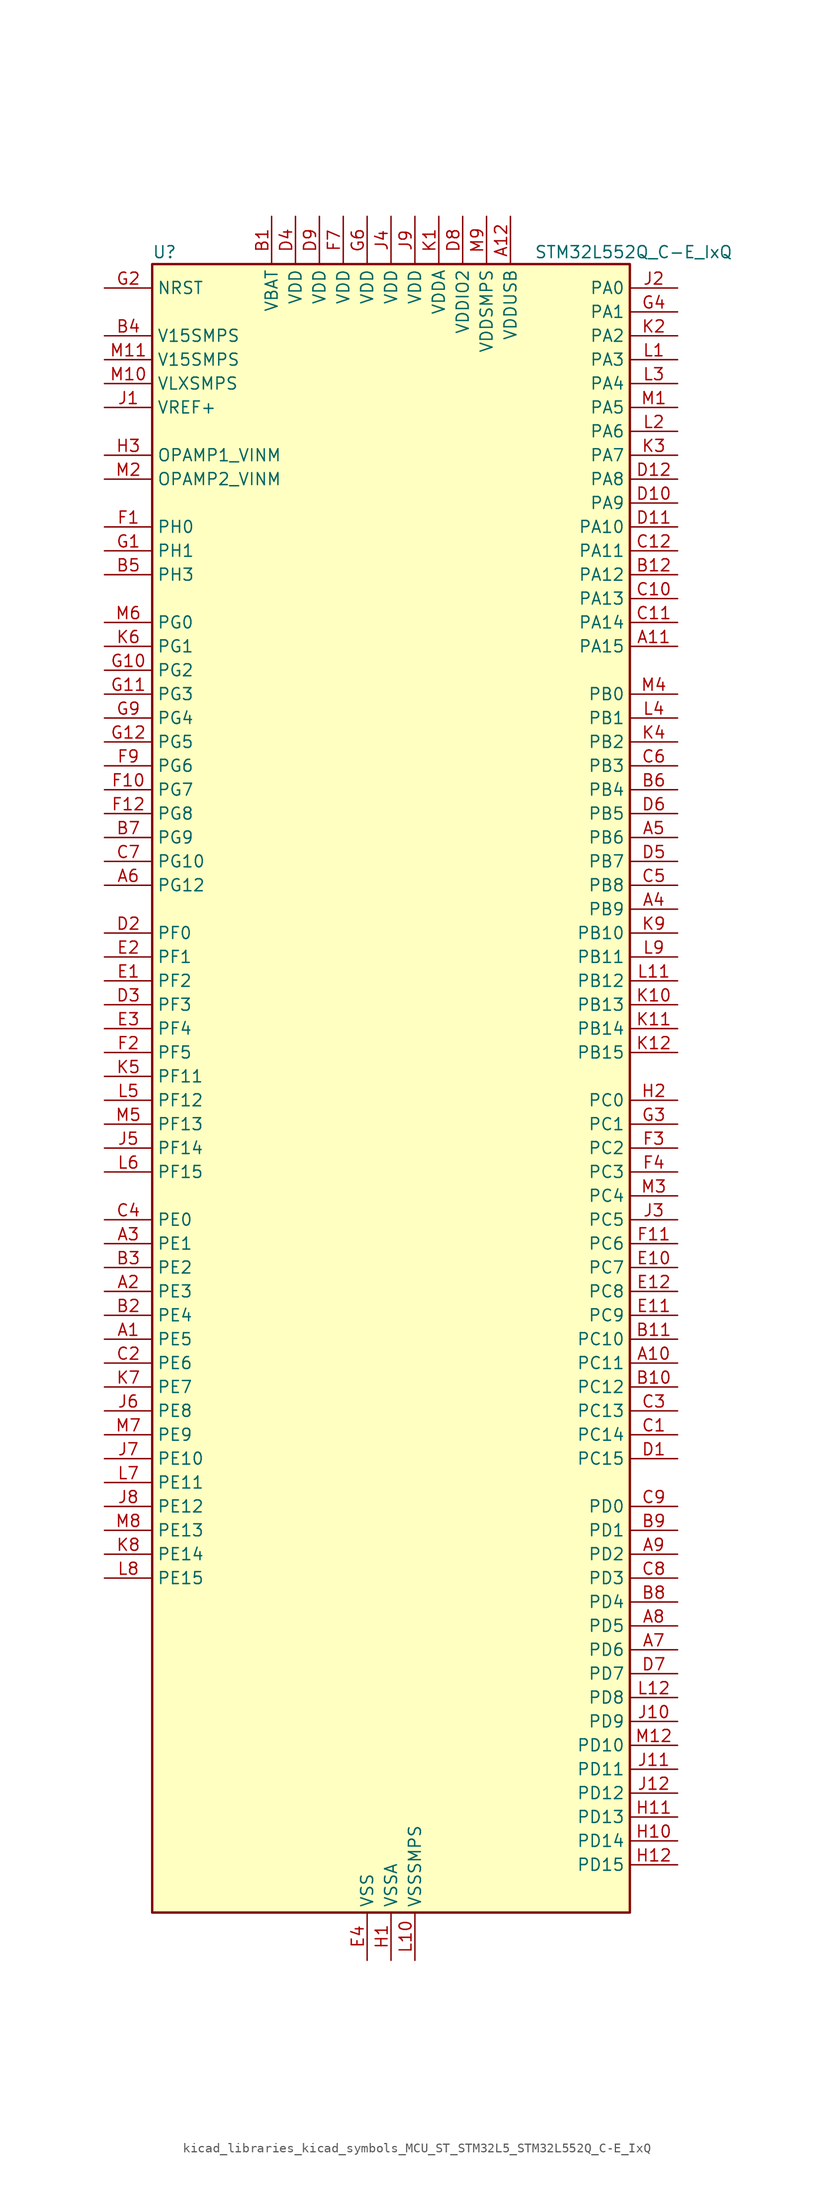
<source format=kicad_sym>
(kicad_symbol_lib
  (version 20220914)
  (generator kicad_symbol_editor)
  (symbol "kicad_libraries_kicad_symbols_MCU_ST_STM32L5_STM32L552Q_C-E_IxQ"
    (property "Reference" "U"
      (at -25.4 90.17 0)
      (effects (font (size 1.27 1.27)) (justify left)))
    (property "Value" "STM32L552Q_C-E_IxQ"
      (at 15.24 90.17 0)
      (effects (font (size 1.27 1.27)) (justify left)))
    (property "ki_locked" ""
      (at 0 0 0)
      (effects (font (size 1.27 1.27))))
    (symbol "kicad_libraries_kicad_symbols_MCU_ST_STM32L5_STM32L552Q_C-E_IxQ_0_1"
      (rectangle (start -25.4 -86.36) (end 25.4 88.9) (stroke (width 0.254) (type default)) (fill (type background))))
    (symbol "kicad_libraries_kicad_symbols_MCU_ST_STM32L5_STM32L552Q_C-E_IxQ_1_1"
      (pin bidirectional line (at -30.48 -25.4 0) (length 5.08) (name "PE5" (effects (font (size 1.27 1.27)))) (number "A1" (effects (font (size 1.27 1.27)))) (alternate "DEBUG_TRACED2" bidirectional line) (alternate "DFSDM1_CKIN3" bidirectional line) (alternate "FMC_A21" bidirectional line) (alternate "SAI1_CK2" bidirectional line) (alternate "SAI1_SCK_A" bidirectional line) (alternate "TIM3_CH3" bidirectional line) (alternate "TSC_G7_IO4" bidirectional line))
      (pin bidirectional line (at 30.48 -27.94 180) (length 5.08) (name "PC11" (effects (font (size 1.27 1.27)))) (number "A10" (effects (font (size 1.27 1.27)))) (alternate "ADC1_EXTI11" bidirectional line) (alternate "ADC2_EXTI11" bidirectional line) (alternate "LPTIM3_IN1" bidirectional line) (alternate "OCTOSPI1_NCS" bidirectional line) (alternate "SAI2_MCLK_B" bidirectional line) (alternate "SDMMC1_D3" bidirectional line) (alternate "SPI3_MISO" bidirectional line) (alternate "TSC_G3_IO3" bidirectional line) (alternate "UART4_RX" bidirectional line) (alternate "UCPD1_FRSTX2" bidirectional line) (alternate "USART3_RX" bidirectional line))
      (pin bidirectional line (at 30.48 48.26 180) (length 5.08) (name "PA15" (effects (font (size 1.27 1.27)))) (number "A11" (effects (font (size 1.27 1.27)))) (alternate "ADC1_EXTI15" bidirectional line) (alternate "ADC2_EXTI15" bidirectional line) (alternate "DEBUG_JTDI" bidirectional line) (alternate "SAI2_FS_B" bidirectional line) (alternate "SPI1_NSS" bidirectional line) (alternate "SPI3_NSS" bidirectional line) (alternate "TIM2_CH1" bidirectional line) (alternate "TIM2_ETR" bidirectional line) (alternate "UART4_DE" bidirectional line) (alternate "UART4_RTS" bidirectional line) (alternate "UCPD1_CC1" bidirectional line) (alternate "USART2_RX" bidirectional line) (alternate "USART3_DE" bidirectional line) (alternate "USART3_RTS" bidirectional line))
      (pin power_in line (at 12.7 93.98 270) (length 5.08) (name "VDDUSB" (effects (font (size 1.27 1.27)))) (number "A12" (effects (font (size 1.27 1.27)))))
      (pin bidirectional line (at -30.48 -20.32 0) (length 5.08) (name "PE3" (effects (font (size 1.27 1.27)))) (number "A2" (effects (font (size 1.27 1.27)))) (alternate "DEBUG_TRACED0" bidirectional line) (alternate "FMC_A19" bidirectional line) (alternate "OCTOSPI1_DQS" bidirectional line) (alternate "SAI1_SD_B" bidirectional line) (alternate "TIM3_CH1" bidirectional line) (alternate "TSC_G7_IO2" bidirectional line))
      (pin bidirectional line (at -30.48 -15.24 0) (length 5.08) (name "PE1" (effects (font (size 1.27 1.27)))) (number "A3" (effects (font (size 1.27 1.27)))) (alternate "FMC_NBL1" bidirectional line) (alternate "TIM17_CH1" bidirectional line))
      (pin bidirectional line (at 30.48 20.32 180) (length 5.08) (name "PB9" (effects (font (size 1.27 1.27)))) (number "A4" (effects (font (size 1.27 1.27)))) (alternate "DAC1_EXTI9" bidirectional line) (alternate "FDCAN1_TX" bidirectional line) (alternate "I2C1_SDA" bidirectional line) (alternate "IR_OUT" bidirectional line) (alternate "SAI1_D2" bidirectional line) (alternate "SAI1_FS_A" bidirectional line) (alternate "SDMMC1_CDIR" bidirectional line) (alternate "SDMMC1_D5" bidirectional line) (alternate "SPI2_NSS" bidirectional line) (alternate "TIM17_CH1" bidirectional line) (alternate "TIM4_CH4" bidirectional line))
      (pin bidirectional line (at 30.48 27.94 180) (length 5.08) (name "PB6" (effects (font (size 1.27 1.27)))) (number "A5" (effects (font (size 1.27 1.27)))) (alternate "COMP2_INP" bidirectional line) (alternate "I2C1_SCL" bidirectional line) (alternate "I2C4_SCL" bidirectional line) (alternate "LPTIM1_ETR" bidirectional line) (alternate "SAI1_FS_B" bidirectional line) (alternate "TIM16_CH1N" bidirectional line) (alternate "TIM4_CH1" bidirectional line) (alternate "TIM8_BKIN2" bidirectional line) (alternate "TSC_G2_IO3" bidirectional line) (alternate "USART1_TX" bidirectional line))
      (pin bidirectional line (at -30.48 22.86 0) (length 5.08) (name "PG12" (effects (font (size 1.27 1.27)))) (number "A6" (effects (font (size 1.27 1.27)))) (alternate "FMC_NE4" bidirectional line) (alternate "LPTIM1_ETR" bidirectional line) (alternate "SAI2_SD_A" bidirectional line) (alternate "SPI3_NSS" bidirectional line) (alternate "USART1_DE" bidirectional line) (alternate "USART1_RTS" bidirectional line))
      (pin bidirectional line (at 30.48 -58.42 180) (length 5.08) (name "PD6" (effects (font (size 1.27 1.27)))) (number "A7" (effects (font (size 1.27 1.27)))) (alternate "DFSDM1_DATIN1" bidirectional line) (alternate "FMC_NWAIT" bidirectional line) (alternate "OCTOSPI1_IO6" bidirectional line) (alternate "SAI1_D1" bidirectional line) (alternate "SAI1_SD_A" bidirectional line) (alternate "SPI3_MOSI" bidirectional line) (alternate "USART2_RX" bidirectional line))
      (pin bidirectional line (at 30.48 -55.88 180) (length 5.08) (name "PD5" (effects (font (size 1.27 1.27)))) (number "A8" (effects (font (size 1.27 1.27)))) (alternate "FMC_NWE" bidirectional line) (alternate "OCTOSPI1_IO5" bidirectional line) (alternate "USART2_TX" bidirectional line))
      (pin bidirectional line (at 30.48 -48.26 180) (length 5.08) (name "PD2" (effects (font (size 1.27 1.27)))) (number "A9" (effects (font (size 1.27 1.27)))) (alternate "DEBUG_TRACED2" bidirectional line) (alternate "SDMMC1_CMD" bidirectional line) (alternate "TIM3_ETR" bidirectional line) (alternate "TSC_SYNC" bidirectional line) (alternate "UART5_RX" bidirectional line) (alternate "USART3_DE" bidirectional line) (alternate "USART3_RTS" bidirectional line))
      (pin power_in line (at -12.7 93.98 270) (length 5.08) (name "VBAT" (effects (font (size 1.27 1.27)))) (number "B1" (effects (font (size 1.27 1.27)))))
      (pin bidirectional line (at 30.48 -30.48 180) (length 5.08) (name "PC12" (effects (font (size 1.27 1.27)))) (number "B10" (effects (font (size 1.27 1.27)))) (alternate "DEBUG_TRACED3" bidirectional line) (alternate "SAI2_SD_B" bidirectional line) (alternate "SDMMC1_CK" bidirectional line) (alternate "SPI3_MOSI" bidirectional line) (alternate "TSC_G3_IO4" bidirectional line) (alternate "UART5_TX" bidirectional line) (alternate "USART3_CK" bidirectional line))
      (pin bidirectional line (at 30.48 -25.4 180) (length 5.08) (name "PC10" (effects (font (size 1.27 1.27)))) (number "B11" (effects (font (size 1.27 1.27)))) (alternate "DEBUG_TRACED1" bidirectional line) (alternate "LPTIM3_ETR" bidirectional line) (alternate "SAI2_SCK_B" bidirectional line) (alternate "SDMMC1_D2" bidirectional line) (alternate "SPI3_SCK" bidirectional line) (alternate "TSC_G3_IO2" bidirectional line) (alternate "UART4_TX" bidirectional line) (alternate "USART3_TX" bidirectional line))
      (pin bidirectional line (at 30.48 55.88 180) (length 5.08) (name "PA12" (effects (font (size 1.27 1.27)))) (number "B12" (effects (font (size 1.27 1.27)))) (alternate "FDCAN1_TX" bidirectional line) (alternate "SPI1_MOSI" bidirectional line) (alternate "TIM1_ETR" bidirectional line) (alternate "USART1_DE" bidirectional line) (alternate "USART1_RTS" bidirectional line) (alternate "USB_DP" bidirectional line))
      (pin bidirectional line (at -30.48 -22.86 0) (length 5.08) (name "PE4" (effects (font (size 1.27 1.27)))) (number "B2" (effects (font (size 1.27 1.27)))) (alternate "DEBUG_TRACED1" bidirectional line) (alternate "DFSDM1_DATIN3" bidirectional line) (alternate "FMC_A20" bidirectional line) (alternate "SAI1_D2" bidirectional line) (alternate "SAI1_FS_A" bidirectional line) (alternate "TIM3_CH2" bidirectional line) (alternate "TSC_G7_IO3" bidirectional line))
      (pin bidirectional line (at -30.48 -17.78 0) (length 5.08) (name "PE2" (effects (font (size 1.27 1.27)))) (number "B3" (effects (font (size 1.27 1.27)))) (alternate "DEBUG_TRACECLK" bidirectional line) (alternate "FMC_A23" bidirectional line) (alternate "SAI1_CK1" bidirectional line) (alternate "SAI1_MCLK_A" bidirectional line) (alternate "TIM3_ETR" bidirectional line) (alternate "TSC_G7_IO1" bidirectional line))
      (pin power_in line (at -30.48 81.28 0) (length 5.08) (name "V15SMPS" (effects (font (size 1.27 1.27)))) (number "B4" (effects (font (size 1.27 1.27)))))
      (pin bidirectional line (at -30.48 55.88 0) (length 5.08) (name "PH3" (effects (font (size 1.27 1.27)))) (number "B5" (effects (font (size 1.27 1.27)))))
      (pin bidirectional line (at 30.48 33.02 180) (length 5.08) (name "PB4" (effects (font (size 1.27 1.27)))) (number "B6" (effects (font (size 1.27 1.27)))) (alternate "COMP2_INP" bidirectional line) (alternate "DEBUG_JTRST" bidirectional line) (alternate "I2C3_SDA" bidirectional line) (alternate "SAI1_MCLK_B" bidirectional line) (alternate "SPI1_MISO" bidirectional line) (alternate "SPI3_MISO" bidirectional line) (alternate "TIM17_BKIN" bidirectional line) (alternate "TIM3_CH1" bidirectional line) (alternate "TSC_G2_IO1" bidirectional line) (alternate "UART5_DE" bidirectional line) (alternate "UART5_RTS" bidirectional line) (alternate "USART1_CTS" bidirectional line) (alternate "USART1_NSS" bidirectional line))
      (pin bidirectional line (at -30.48 27.94 0) (length 5.08) (name "PG9" (effects (font (size 1.27 1.27)))) (number "B7" (effects (font (size 1.27 1.27)))) (alternate "DAC1_EXTI9" bidirectional line) (alternate "FMC_NCE" bidirectional line) (alternate "FMC_NE2" bidirectional line) (alternate "SAI2_SCK_A" bidirectional line) (alternate "SPI3_SCK" bidirectional line) (alternate "TIM15_CH1N" bidirectional line) (alternate "USART1_TX" bidirectional line))
      (pin bidirectional line (at 30.48 -53.34 180) (length 5.08) (name "PD4" (effects (font (size 1.27 1.27)))) (number "B8" (effects (font (size 1.27 1.27)))) (alternate "DFSDM1_CKIN0" bidirectional line) (alternate "FMC_NOE" bidirectional line) (alternate "OCTOSPI1_IO4" bidirectional line) (alternate "SPI2_MOSI" bidirectional line) (alternate "USART2_DE" bidirectional line) (alternate "USART2_RTS" bidirectional line))
      (pin bidirectional line (at 30.48 -45.72 180) (length 5.08) (name "PD1" (effects (font (size 1.27 1.27)))) (number "B9" (effects (font (size 1.27 1.27)))) (alternate "FDCAN1_TX" bidirectional line) (alternate "FMC_D3" bidirectional line) (alternate "FMC_DA3" bidirectional line) (alternate "SPI2_SCK" bidirectional line))
      (pin bidirectional line (at 30.48 -35.56 180) (length 5.08) (name "PC14" (effects (font (size 1.27 1.27)))) (number "C1" (effects (font (size 1.27 1.27)))) (alternate "RCC_OSC32_IN" bidirectional line))
      (pin bidirectional line (at 30.48 53.34 180) (length 5.08) (name "PA13" (effects (font (size 1.27 1.27)))) (number "C10" (effects (font (size 1.27 1.27)))) (alternate "DEBUG_JTMS-SWDIO" bidirectional line) (alternate "IR_OUT" bidirectional line) (alternate "SAI1_SD_B" bidirectional line) (alternate "USB_NOE" bidirectional line))
      (pin bidirectional line (at 30.48 50.8 180) (length 5.08) (name "PA14" (effects (font (size 1.27 1.27)))) (number "C11" (effects (font (size 1.27 1.27)))) (alternate "DEBUG_JTCK-SWCLK" bidirectional line) (alternate "I2C1_SMBA" bidirectional line) (alternate "I2C4_SMBA" bidirectional line) (alternate "LPTIM1_OUT" bidirectional line) (alternate "SAI1_FS_B" bidirectional line))
      (pin bidirectional line (at 30.48 58.42 180) (length 5.08) (name "PA11" (effects (font (size 1.27 1.27)))) (number "C12" (effects (font (size 1.27 1.27)))) (alternate "ADC1_EXTI11" bidirectional line) (alternate "ADC2_EXTI11" bidirectional line) (alternate "FDCAN1_RX" bidirectional line) (alternate "SPI1_MISO" bidirectional line) (alternate "TIM1_BKIN2" bidirectional line) (alternate "TIM1_CH4" bidirectional line) (alternate "USART1_CTS" bidirectional line) (alternate "USART1_NSS" bidirectional line) (alternate "USB_DM" bidirectional line))
      (pin bidirectional line (at -30.48 -27.94 0) (length 5.08) (name "PE6" (effects (font (size 1.27 1.27)))) (number "C2" (effects (font (size 1.27 1.27)))) (alternate "DEBUG_TRACED3" bidirectional line) (alternate "FMC_A22" bidirectional line) (alternate "PWR_WKUP3" bidirectional line) (alternate "SAI1_D1" bidirectional line) (alternate "SAI1_SD_A" bidirectional line) (alternate "TAMP_IN3" bidirectional line) (alternate "TAMP_OUT6" bidirectional line) (alternate "TIM3_CH4" bidirectional line))
      (pin bidirectional line (at 30.48 -33.02 180) (length 5.08) (name "PC13" (effects (font (size 1.27 1.27)))) (number "C3" (effects (font (size 1.27 1.27)))) (alternate "PWR_WKUP2" bidirectional line) (alternate "RTC_OUT1" bidirectional line) (alternate "RTC_TS" bidirectional line) (alternate "TAMP_IN1" bidirectional line) (alternate "TAMP_OUT2" bidirectional line))
      (pin bidirectional line (at -30.48 -12.7 0) (length 5.08) (name "PE0" (effects (font (size 1.27 1.27)))) (number "C4" (effects (font (size 1.27 1.27)))) (alternate "FMC_NBL0" bidirectional line) (alternate "TIM16_CH1" bidirectional line) (alternate "TIM4_ETR" bidirectional line))
      (pin bidirectional line (at 30.48 22.86 180) (length 5.08) (name "PB8" (effects (font (size 1.27 1.27)))) (number "C5" (effects (font (size 1.27 1.27)))) (alternate "DFSDM1_CKOUT" bidirectional line) (alternate "FDCAN1_RX" bidirectional line) (alternate "I2C1_SCL" bidirectional line) (alternate "SAI1_CK1" bidirectional line) (alternate "SAI1_MCLK_A" bidirectional line) (alternate "SDMMC1_CKIN" bidirectional line) (alternate "SDMMC1_D4" bidirectional line) (alternate "TIM16_CH1" bidirectional line) (alternate "TIM4_CH3" bidirectional line))
      (pin bidirectional line (at 30.48 35.56 180) (length 5.08) (name "PB3" (effects (font (size 1.27 1.27)))) (number "C6" (effects (font (size 1.27 1.27)))) (alternate "COMP2_INM" bidirectional line) (alternate "CRS_SYNC" bidirectional line) (alternate "DEBUG_JTDO-SWO" bidirectional line) (alternate "SAI1_SCK_B" bidirectional line) (alternate "SPI1_SCK" bidirectional line) (alternate "SPI3_SCK" bidirectional line) (alternate "TIM2_CH2" bidirectional line) (alternate "USART1_DE" bidirectional line) (alternate "USART1_RTS" bidirectional line))
      (pin bidirectional line (at -30.48 25.4 0) (length 5.08) (name "PG10" (effects (font (size 1.27 1.27)))) (number "C7" (effects (font (size 1.27 1.27)))) (alternate "FMC_NE3" bidirectional line) (alternate "LPTIM1_IN1" bidirectional line) (alternate "SAI2_FS_A" bidirectional line) (alternate "SPI3_MISO" bidirectional line) (alternate "TIM15_CH1" bidirectional line) (alternate "USART1_RX" bidirectional line))
      (pin bidirectional line (at 30.48 -50.8 180) (length 5.08) (name "PD3" (effects (font (size 1.27 1.27)))) (number "C8" (effects (font (size 1.27 1.27)))) (alternate "DFSDM1_DATIN0" bidirectional line) (alternate "FMC_CLK" bidirectional line) (alternate "SPI2_MISO" bidirectional line) (alternate "SPI2_SCK" bidirectional line) (alternate "USART2_CTS" bidirectional line) (alternate "USART2_NSS" bidirectional line))
      (pin bidirectional line (at 30.48 -43.18 180) (length 5.08) (name "PD0" (effects (font (size 1.27 1.27)))) (number "C9" (effects (font (size 1.27 1.27)))) (alternate "FDCAN1_RX" bidirectional line) (alternate "FMC_D2" bidirectional line) (alternate "FMC_DA2" bidirectional line) (alternate "SPI2_NSS" bidirectional line))
      (pin bidirectional line (at 30.48 -38.1 180) (length 5.08) (name "PC15" (effects (font (size 1.27 1.27)))) (number "D1" (effects (font (size 1.27 1.27)))) (alternate "ADC1_EXTI15" bidirectional line) (alternate "ADC2_EXTI15" bidirectional line) (alternate "RCC_OSC32_OUT" bidirectional line))
      (pin bidirectional line (at 30.48 63.5 180) (length 5.08) (name "PA9" (effects (font (size 1.27 1.27)))) (number "D10" (effects (font (size 1.27 1.27)))) (alternate "DAC1_EXTI9" bidirectional line) (alternate "SAI1_FS_A" bidirectional line) (alternate "SPI2_SCK" bidirectional line) (alternate "TIM15_BKIN" bidirectional line) (alternate "TIM1_CH2" bidirectional line) (alternate "USART1_TX" bidirectional line))
      (pin bidirectional line (at 30.48 60.96 180) (length 5.08) (name "PA10" (effects (font (size 1.27 1.27)))) (number "D11" (effects (font (size 1.27 1.27)))) (alternate "CRS_SYNC" bidirectional line) (alternate "SAI1_D1" bidirectional line) (alternate "SAI1_SD_A" bidirectional line) (alternate "TIM17_BKIN" bidirectional line) (alternate "TIM1_CH3" bidirectional line) (alternate "USART1_RX" bidirectional line))
      (pin bidirectional line (at 30.48 66.04 180) (length 5.08) (name "PA8" (effects (font (size 1.27 1.27)))) (number "D12" (effects (font (size 1.27 1.27)))) (alternate "LPTIM2_OUT" bidirectional line) (alternate "RCC_MCO" bidirectional line) (alternate "SAI1_CK2" bidirectional line) (alternate "SAI1_SCK_A" bidirectional line) (alternate "TIM1_CH1" bidirectional line) (alternate "USART1_CK" bidirectional line))
      (pin bidirectional line (at -30.48 17.78 0) (length 5.08) (name "PF0" (effects (font (size 1.27 1.27)))) (number "D2" (effects (font (size 1.27 1.27)))) (alternate "FMC_A0" bidirectional line) (alternate "I2C2_SDA" bidirectional line))
      (pin bidirectional line (at -30.48 10.16 0) (length 5.08) (name "PF3" (effects (font (size 1.27 1.27)))) (number "D3" (effects (font (size 1.27 1.27)))) (alternate "FMC_A3" bidirectional line) (alternate "LPTIM3_IN1" bidirectional line))
      (pin power_in line (at -10.16 93.98 270) (length 5.08) (name "VDD" (effects (font (size 1.27 1.27)))) (number "D4" (effects (font (size 1.27 1.27)))))
      (pin bidirectional line (at 30.48 25.4 180) (length 5.08) (name "PB7" (effects (font (size 1.27 1.27)))) (number "D5" (effects (font (size 1.27 1.27)))) (alternate "COMP2_INM" bidirectional line) (alternate "FMC_NL" bidirectional line) (alternate "I2C1_SDA" bidirectional line) (alternate "I2C4_SDA" bidirectional line) (alternate "LPTIM1_IN2" bidirectional line) (alternate "PWR_PVD_IN" bidirectional line) (alternate "TIM17_CH1N" bidirectional line) (alternate "TIM4_CH2" bidirectional line) (alternate "TIM8_BKIN" bidirectional line) (alternate "TSC_G2_IO4" bidirectional line) (alternate "UART4_CTS" bidirectional line) (alternate "USART1_RX" bidirectional line))
      (pin bidirectional line (at 30.48 30.48 180) (length 5.08) (name "PB5" (effects (font (size 1.27 1.27)))) (number "D6" (effects (font (size 1.27 1.27)))) (alternate "COMP2_OUT" bidirectional line) (alternate "I2C1_SMBA" bidirectional line) (alternate "LPTIM1_IN1" bidirectional line) (alternate "OCTOSPI1_NCLK" bidirectional line) (alternate "SAI1_SD_B" bidirectional line) (alternate "SPI1_MOSI" bidirectional line) (alternate "SPI3_MOSI" bidirectional line) (alternate "TIM16_BKIN" bidirectional line) (alternate "TIM3_CH2" bidirectional line) (alternate "TSC_G2_IO2" bidirectional line) (alternate "UART5_CTS" bidirectional line) (alternate "UCPD1_DBCC1" bidirectional line) (alternate "USART1_CK" bidirectional line))
      (pin bidirectional line (at 30.48 -60.96 180) (length 5.08) (name "PD7" (effects (font (size 1.27 1.27)))) (number "D7" (effects (font (size 1.27 1.27)))) (alternate "DFSDM1_CKIN1" bidirectional line) (alternate "FMC_NCE" bidirectional line) (alternate "FMC_NE1" bidirectional line) (alternate "OCTOSPI1_IO7" bidirectional line) (alternate "USART2_CK" bidirectional line))
      (pin power_in line (at 7.62 93.98 270) (length 5.08) (name "VDDIO2" (effects (font (size 1.27 1.27)))) (number "D8" (effects (font (size 1.27 1.27)))))
      (pin power_in line (at -7.62 93.98 270) (length 5.08) (name "VDD" (effects (font (size 1.27 1.27)))) (number "D9" (effects (font (size 1.27 1.27)))))
      (pin bidirectional line (at -30.48 12.7 0) (length 5.08) (name "PF2" (effects (font (size 1.27 1.27)))) (number "E1" (effects (font (size 1.27 1.27)))) (alternate "FMC_A2" bidirectional line) (alternate "I2C2_SMBA" bidirectional line))
      (pin bidirectional line (at 30.48 -17.78 180) (length 5.08) (name "PC7" (effects (font (size 1.27 1.27)))) (number "E10" (effects (font (size 1.27 1.27)))) (alternate "DFSDM1_DATIN3" bidirectional line) (alternate "SAI2_MCLK_B" bidirectional line) (alternate "SDMMC1_D123DIR" bidirectional line) (alternate "SDMMC1_D7" bidirectional line) (alternate "TIM3_CH2" bidirectional line) (alternate "TIM8_CH2" bidirectional line) (alternate "TSC_G4_IO2" bidirectional line))
      (pin bidirectional line (at 30.48 -22.86 180) (length 5.08) (name "PC9" (effects (font (size 1.27 1.27)))) (number "E11" (effects (font (size 1.27 1.27)))) (alternate "DAC1_EXTI9" bidirectional line) (alternate "DEBUG_TRACED0" bidirectional line) (alternate "SAI2_EXTCLK" bidirectional line) (alternate "SDMMC1_D1" bidirectional line) (alternate "TIM3_CH4" bidirectional line) (alternate "TIM8_BKIN2" bidirectional line) (alternate "TIM8_CH4" bidirectional line) (alternate "TSC_G4_IO4" bidirectional line) (alternate "USB_NOE" bidirectional line))
      (pin bidirectional line (at 30.48 -20.32 180) (length 5.08) (name "PC8" (effects (font (size 1.27 1.27)))) (number "E12" (effects (font (size 1.27 1.27)))) (alternate "SDMMC1_D0" bidirectional line) (alternate "TIM3_CH3" bidirectional line) (alternate "TIM8_CH3" bidirectional line) (alternate "TSC_G4_IO3" bidirectional line))
      (pin bidirectional line (at -30.48 15.24 0) (length 5.08) (name "PF1" (effects (font (size 1.27 1.27)))) (number "E2" (effects (font (size 1.27 1.27)))) (alternate "FMC_A1" bidirectional line) (alternate "I2C2_SCL" bidirectional line))
      (pin bidirectional line (at -30.48 7.62 0) (length 5.08) (name "PF4" (effects (font (size 1.27 1.27)))) (number "E3" (effects (font (size 1.27 1.27)))) (alternate "FMC_A4" bidirectional line) (alternate "LPTIM3_ETR" bidirectional line))
      (pin power_in line (at -2.54 -91.44 90) (length 5.08) (name "VSS" (effects (font (size 1.27 1.27)))) (number "E4" (effects (font (size 1.27 1.27)))))
      (pin passive line (at -2.54 -91.44 90) (length 5.08) hide (name "VSS" (effects (font (size 1.27 1.27)))) (number "E9" (effects (font (size 1.27 1.27)))))
      (pin bidirectional line (at -30.48 60.96 0) (length 5.08) (name "PH0" (effects (font (size 1.27 1.27)))) (number "F1" (effects (font (size 1.27 1.27)))) (alternate "RCC_OSC_IN" bidirectional line))
      (pin bidirectional line (at -30.48 33.02 0) (length 5.08) (name "PG7" (effects (font (size 1.27 1.27)))) (number "F10" (effects (font (size 1.27 1.27)))) (alternate "DFSDM1_CKOUT" bidirectional line) (alternate "FMC_INT" bidirectional line) (alternate "I2C3_SCL" bidirectional line) (alternate "LPUART1_TX" bidirectional line) (alternate "SAI1_CK1" bidirectional line) (alternate "SAI1_MCLK_A" bidirectional line) (alternate "UCPD1_FRSTX2" bidirectional line))
      (pin bidirectional line (at 30.48 -15.24 180) (length 5.08) (name "PC6" (effects (font (size 1.27 1.27)))) (number "F11" (effects (font (size 1.27 1.27)))) (alternate "DFSDM1_CKIN3" bidirectional line) (alternate "SAI2_MCLK_A" bidirectional line) (alternate "SDMMC1_D0DIR" bidirectional line) (alternate "SDMMC1_D6" bidirectional line) (alternate "TIM3_CH1" bidirectional line) (alternate "TIM8_CH1" bidirectional line) (alternate "TSC_G4_IO1" bidirectional line))
      (pin bidirectional line (at -30.48 30.48 0) (length 5.08) (name "PG8" (effects (font (size 1.27 1.27)))) (number "F12" (effects (font (size 1.27 1.27)))) (alternate "I2C3_SDA" bidirectional line) (alternate "LPUART1_RX" bidirectional line))
      (pin bidirectional line (at -30.48 5.08 0) (length 5.08) (name "PF5" (effects (font (size 1.27 1.27)))) (number "F2" (effects (font (size 1.27 1.27)))) (alternate "FMC_A5" bidirectional line) (alternate "LPTIM3_OUT" bidirectional line))
      (pin bidirectional line (at 30.48 -5.08 180) (length 5.08) (name "PC2" (effects (font (size 1.27 1.27)))) (number "F3" (effects (font (size 1.27 1.27)))) (alternate "ADC1_IN3" bidirectional line) (alternate "ADC2_IN3" bidirectional line) (alternate "DFSDM1_CKOUT" bidirectional line) (alternate "LPTIM1_IN2" bidirectional line) (alternate "OCTOSPI1_IO5" bidirectional line) (alternate "SPI2_MISO" bidirectional line))
      (pin bidirectional line (at 30.48 -7.62 180) (length 5.08) (name "PC3" (effects (font (size 1.27 1.27)))) (number "F4" (effects (font (size 1.27 1.27)))) (alternate "ADC1_IN4" bidirectional line) (alternate "ADC2_IN4" bidirectional line) (alternate "LPTIM1_ETR" bidirectional line) (alternate "LPTIM2_ETR" bidirectional line) (alternate "LPTIM3_OUT" bidirectional line) (alternate "OCTOSPI1_IO6" bidirectional line) (alternate "SAI1_D1" bidirectional line) (alternate "SAI1_SD_A" bidirectional line) (alternate "SPI2_MOSI" bidirectional line))
      (pin passive line (at -2.54 -91.44 90) (length 5.08) hide (name "VSS" (effects (font (size 1.27 1.27)))) (number "F6" (effects (font (size 1.27 1.27)))))
      (pin power_in line (at -5.08 93.98 270) (length 5.08) (name "VDD" (effects (font (size 1.27 1.27)))) (number "F7" (effects (font (size 1.27 1.27)))))
      (pin bidirectional line (at -30.48 35.56 0) (length 5.08) (name "PG6" (effects (font (size 1.27 1.27)))) (number "F9" (effects (font (size 1.27 1.27)))) (alternate "I2C3_SMBA" bidirectional line) (alternate "LPUART1_DE" bidirectional line) (alternate "LPUART1_RTS" bidirectional line) (alternate "OCTOSPI1_DQS" bidirectional line) (alternate "UCPD1_FRSTX1" bidirectional line))
      (pin bidirectional line (at -30.48 58.42 0) (length 5.08) (name "PH1" (effects (font (size 1.27 1.27)))) (number "G1" (effects (font (size 1.27 1.27)))) (alternate "RCC_OSC_OUT" bidirectional line))
      (pin bidirectional line (at -30.48 45.72 0) (length 5.08) (name "PG2" (effects (font (size 1.27 1.27)))) (number "G10" (effects (font (size 1.27 1.27)))) (alternate "FMC_A12" bidirectional line) (alternate "SAI2_SCK_B" bidirectional line) (alternate "SPI1_SCK" bidirectional line))
      (pin bidirectional line (at -30.48 43.18 0) (length 5.08) (name "PG3" (effects (font (size 1.27 1.27)))) (number "G11" (effects (font (size 1.27 1.27)))) (alternate "FMC_A13" bidirectional line) (alternate "SAI2_FS_B" bidirectional line) (alternate "SPI1_MISO" bidirectional line))
      (pin bidirectional line (at -30.48 38.1 0) (length 5.08) (name "PG5" (effects (font (size 1.27 1.27)))) (number "G12" (effects (font (size 1.27 1.27)))) (alternate "FMC_A15" bidirectional line) (alternate "LPUART1_CTS" bidirectional line) (alternate "SAI2_SD_B" bidirectional line) (alternate "SPI1_NSS" bidirectional line))
      (pin input line (at -30.48 86.36 0) (length 5.08) (name "NRST" (effects (font (size 1.27 1.27)))) (number "G2" (effects (font (size 1.27 1.27)))))
      (pin bidirectional line (at 30.48 -2.54 180) (length 5.08) (name "PC1" (effects (font (size 1.27 1.27)))) (number "G3" (effects (font (size 1.27 1.27)))) (alternate "ADC1_IN2" bidirectional line) (alternate "ADC2_IN2" bidirectional line) (alternate "DEBUG_TRACED0" bidirectional line) (alternate "I2C3_SDA" bidirectional line) (alternate "LPTIM1_OUT" bidirectional line) (alternate "LPUART1_TX" bidirectional line) (alternate "OCTOSPI1_IO4" bidirectional line) (alternate "SAI1_SD_A" bidirectional line) (alternate "SPI2_MOSI" bidirectional line))
      (pin bidirectional line (at 30.48 83.82 180) (length 5.08) (name "PA1" (effects (font (size 1.27 1.27)))) (number "G4" (effects (font (size 1.27 1.27)))) (alternate "ADC1_IN6" bidirectional line) (alternate "ADC2_IN6" bidirectional line) (alternate "I2C1_SMBA" bidirectional line) (alternate "OCTOSPI1_DQS" bidirectional line) (alternate "OPAMP1_VINM" bidirectional line) (alternate "SPI1_SCK" bidirectional line) (alternate "TAMP_IN5" bidirectional line) (alternate "TAMP_OUT4" bidirectional line) (alternate "TIM15_CH1N" bidirectional line) (alternate "TIM2_CH2" bidirectional line) (alternate "TIM5_CH2" bidirectional line) (alternate "UART4_RX" bidirectional line) (alternate "USART2_DE" bidirectional line) (alternate "USART2_RTS" bidirectional line))
      (pin power_in line (at -2.54 93.98 270) (length 5.08) (name "VDD" (effects (font (size 1.27 1.27)))) (number "G6" (effects (font (size 1.27 1.27)))))
      (pin passive line (at -2.54 -91.44 90) (length 5.08) hide (name "VSS" (effects (font (size 1.27 1.27)))) (number "G7" (effects (font (size 1.27 1.27)))))
      (pin bidirectional line (at -30.48 40.64 0) (length 5.08) (name "PG4" (effects (font (size 1.27 1.27)))) (number "G9" (effects (font (size 1.27 1.27)))) (alternate "FMC_A14" bidirectional line) (alternate "SAI2_MCLK_B" bidirectional line) (alternate "SPI1_MOSI" bidirectional line))
      (pin power_in line (at 0 -91.44 90) (length 5.08) (name "VSSA" (effects (font (size 1.27 1.27)))) (number "H1" (effects (font (size 1.27 1.27)))))
      (pin bidirectional line (at 30.48 -78.74 180) (length 5.08) (name "PD14" (effects (font (size 1.27 1.27)))) (number "H10" (effects (font (size 1.27 1.27)))) (alternate "FMC_D0" bidirectional line) (alternate "FMC_DA0" bidirectional line) (alternate "TIM4_CH3" bidirectional line))
      (pin bidirectional line (at 30.48 -76.2 180) (length 5.08) (name "PD13" (effects (font (size 1.27 1.27)))) (number "H11" (effects (font (size 1.27 1.27)))) (alternate "FMC_A18" bidirectional line) (alternate "I2C4_SDA" bidirectional line) (alternate "LPTIM2_OUT" bidirectional line) (alternate "TIM4_CH2" bidirectional line) (alternate "TSC_G6_IO4" bidirectional line))
      (pin bidirectional line (at 30.48 -81.28 180) (length 5.08) (name "PD15" (effects (font (size 1.27 1.27)))) (number "H12" (effects (font (size 1.27 1.27)))) (alternate "ADC1_EXTI15" bidirectional line) (alternate "ADC2_EXTI15" bidirectional line) (alternate "FMC_D1" bidirectional line) (alternate "FMC_DA1" bidirectional line) (alternate "TIM4_CH4" bidirectional line))
      (pin bidirectional line (at 30.48 0 180) (length 5.08) (name "PC0" (effects (font (size 1.27 1.27)))) (number "H2" (effects (font (size 1.27 1.27)))) (alternate "ADC1_IN1" bidirectional line) (alternate "ADC2_IN1" bidirectional line) (alternate "I2C3_SCL" bidirectional line) (alternate "LPTIM1_IN1" bidirectional line) (alternate "LPTIM2_IN1" bidirectional line) (alternate "LPUART1_RX" bidirectional line) (alternate "OCTOSPI1_IO7" bidirectional line) (alternate "SAI2_FS_A" bidirectional line) (alternate "SDMMC1_D5" bidirectional line))
      (pin bidirectional line (at -30.48 68.58 0) (length 5.08) (name "OPAMP1_VINM" (effects (font (size 1.27 1.27)))) (number "H3" (effects (font (size 1.27 1.27)))) (alternate "OPAMP1_VINM" bidirectional line))
      (pin passive line (at -2.54 -91.44 90) (length 5.08) hide (name "VSS" (effects (font (size 1.27 1.27)))) (number "H4" (effects (font (size 1.27 1.27)))))
      (pin passive line (at -2.54 -91.44 90) (length 5.08) hide (name "VSS" (effects (font (size 1.27 1.27)))) (number "H9" (effects (font (size 1.27 1.27)))))
      (pin input line (at -30.48 73.66 0) (length 5.08) (name "VREF+" (effects (font (size 1.27 1.27)))) (number "J1" (effects (font (size 1.27 1.27)))))
      (pin bidirectional line (at 30.48 -66.04 180) (length 5.08) (name "PD9" (effects (font (size 1.27 1.27)))) (number "J10" (effects (font (size 1.27 1.27)))) (alternate "DAC1_EXTI9" bidirectional line) (alternate "FMC_D14" bidirectional line) (alternate "FMC_DA14" bidirectional line) (alternate "SAI2_MCLK_A" bidirectional line) (alternate "USART3_RX" bidirectional line))
      (pin bidirectional line (at 30.48 -71.12 180) (length 5.08) (name "PD11" (effects (font (size 1.27 1.27)))) (number "J11" (effects (font (size 1.27 1.27)))) (alternate "ADC1_EXTI11" bidirectional line) (alternate "ADC2_EXTI11" bidirectional line) (alternate "FMC_A16" bidirectional line) (alternate "FMC_CLE" bidirectional line) (alternate "I2C4_SMBA" bidirectional line) (alternate "LPTIM2_ETR" bidirectional line) (alternate "SAI2_SD_A" bidirectional line) (alternate "TSC_G6_IO2" bidirectional line) (alternate "USART3_CTS" bidirectional line) (alternate "USART3_NSS" bidirectional line))
      (pin bidirectional line (at 30.48 -73.66 180) (length 5.08) (name "PD12" (effects (font (size 1.27 1.27)))) (number "J12" (effects (font (size 1.27 1.27)))) (alternate "FMC_A17" bidirectional line) (alternate "FMC_ALE" bidirectional line) (alternate "I2C4_SCL" bidirectional line) (alternate "LPTIM2_IN1" bidirectional line) (alternate "SAI2_FS_A" bidirectional line) (alternate "TIM4_CH1" bidirectional line) (alternate "TSC_G6_IO3" bidirectional line) (alternate "USART3_DE" bidirectional line) (alternate "USART3_RTS" bidirectional line))
      (pin bidirectional line (at 30.48 86.36 180) (length 5.08) (name "PA0" (effects (font (size 1.27 1.27)))) (number "J2" (effects (font (size 1.27 1.27)))) (alternate "ADC1_IN5" bidirectional line) (alternate "ADC2_IN5" bidirectional line) (alternate "OPAMP1_VINP" bidirectional line) (alternate "PWR_WKUP1" bidirectional line) (alternate "SAI1_EXTCLK" bidirectional line) (alternate "TAMP_IN2" bidirectional line) (alternate "TAMP_OUT1" bidirectional line) (alternate "TIM2_CH1" bidirectional line) (alternate "TIM2_ETR" bidirectional line) (alternate "TIM5_CH1" bidirectional line) (alternate "TIM8_ETR" bidirectional line) (alternate "UART4_TX" bidirectional line) (alternate "USART2_CTS" bidirectional line) (alternate "USART2_NSS" bidirectional line))
      (pin bidirectional line (at 30.48 -12.7 180) (length 5.08) (name "PC5" (effects (font (size 1.27 1.27)))) (number "J3" (effects (font (size 1.27 1.27)))) (alternate "ADC1_IN14" bidirectional line) (alternate "ADC2_IN14" bidirectional line) (alternate "COMP1_INP" bidirectional line) (alternate "PWR_WKUP5" bidirectional line) (alternate "SAI1_D3" bidirectional line) (alternate "TAMP_IN4" bidirectional line) (alternate "TAMP_OUT5" bidirectional line) (alternate "USART3_RX" bidirectional line))
      (pin power_in line (at 0 93.98 270) (length 5.08) (name "VDD" (effects (font (size 1.27 1.27)))) (number "J4" (effects (font (size 1.27 1.27)))))
      (pin bidirectional line (at -30.48 -5.08 0) (length 5.08) (name "PF14" (effects (font (size 1.27 1.27)))) (number "J5" (effects (font (size 1.27 1.27)))) (alternate "FMC_A8" bidirectional line) (alternate "I2C4_SCL" bidirectional line) (alternate "TSC_G8_IO1" bidirectional line))
      (pin bidirectional line (at -30.48 -33.02 0) (length 5.08) (name "PE8" (effects (font (size 1.27 1.27)))) (number "J6" (effects (font (size 1.27 1.27)))) (alternate "DFSDM1_CKIN2" bidirectional line) (alternate "FMC_D5" bidirectional line) (alternate "FMC_DA5" bidirectional line) (alternate "SAI1_SCK_B" bidirectional line) (alternate "TIM1_CH1N" bidirectional line))
      (pin bidirectional line (at -30.48 -38.1 0) (length 5.08) (name "PE10" (effects (font (size 1.27 1.27)))) (number "J7" (effects (font (size 1.27 1.27)))) (alternate "FMC_D7" bidirectional line) (alternate "FMC_DA7" bidirectional line) (alternate "OCTOSPI1_CLK" bidirectional line) (alternate "SAI1_MCLK_B" bidirectional line) (alternate "TIM1_CH2N" bidirectional line) (alternate "TSC_G5_IO1" bidirectional line))
      (pin bidirectional line (at -30.48 -43.18 0) (length 5.08) (name "PE12" (effects (font (size 1.27 1.27)))) (number "J8" (effects (font (size 1.27 1.27)))) (alternate "FMC_D9" bidirectional line) (alternate "FMC_DA9" bidirectional line) (alternate "OCTOSPI1_IO0" bidirectional line) (alternate "SPI1_NSS" bidirectional line) (alternate "TIM1_CH3N" bidirectional line) (alternate "TSC_G5_IO3" bidirectional line))
      (pin power_in line (at 2.54 93.98 270) (length 5.08) (name "VDD" (effects (font (size 1.27 1.27)))) (number "J9" (effects (font (size 1.27 1.27)))))
      (pin power_in line (at 5.08 93.98 270) (length 5.08) (name "VDDA" (effects (font (size 1.27 1.27)))) (number "K1" (effects (font (size 1.27 1.27)))))
      (pin bidirectional line (at 30.48 10.16 180) (length 5.08) (name "PB13" (effects (font (size 1.27 1.27)))) (number "K10" (effects (font (size 1.27 1.27)))) (alternate "DFSDM1_CKIN1" bidirectional line) (alternate "I2C2_SCL" bidirectional line) (alternate "LPTIM3_IN1" bidirectional line) (alternate "LPUART1_CTS" bidirectional line) (alternate "SAI2_SCK_A" bidirectional line) (alternate "SPI2_SCK" bidirectional line) (alternate "TIM15_CH1N" bidirectional line) (alternate "TIM1_CH1N" bidirectional line) (alternate "TSC_G1_IO2" bidirectional line) (alternate "UCPD1_FRSTX2" bidirectional line) (alternate "USART3_CTS" bidirectional line) (alternate "USART3_NSS" bidirectional line))
      (pin bidirectional line (at 30.48 7.62 180) (length 5.08) (name "PB14" (effects (font (size 1.27 1.27)))) (number "K11" (effects (font (size 1.27 1.27)))) (alternate "DFSDM1_DATIN2" bidirectional line) (alternate "I2C2_SDA" bidirectional line) (alternate "LPTIM3_ETR" bidirectional line) (alternate "SAI2_MCLK_A" bidirectional line) (alternate "SPI2_MISO" bidirectional line) (alternate "TIM15_CH1" bidirectional line) (alternate "TIM1_CH2N" bidirectional line) (alternate "TIM8_CH2N" bidirectional line) (alternate "TSC_G1_IO3" bidirectional line) (alternate "UCPD1_DBCC2" bidirectional line) (alternate "USART3_DE" bidirectional line) (alternate "USART3_RTS" bidirectional line))
      (pin bidirectional line (at 30.48 5.08 180) (length 5.08) (name "PB15" (effects (font (size 1.27 1.27)))) (number "K12" (effects (font (size 1.27 1.27)))) (alternate "ADC1_EXTI15" bidirectional line) (alternate "ADC2_EXTI15" bidirectional line) (alternate "DFSDM1_CKIN2" bidirectional line) (alternate "RTC_REFIN" bidirectional line) (alternate "SAI2_SD_A" bidirectional line) (alternate "SPI2_MOSI" bidirectional line) (alternate "TIM15_CH2" bidirectional line) (alternate "TIM1_CH3N" bidirectional line) (alternate "TIM8_CH3N" bidirectional line) (alternate "UCPD1_CC2" bidirectional line))
      (pin bidirectional line (at 30.48 81.28 180) (length 5.08) (name "PA2" (effects (font (size 1.27 1.27)))) (number "K2" (effects (font (size 1.27 1.27)))) (alternate "ADC1_IN7" bidirectional line) (alternate "ADC2_IN7" bidirectional line) (alternate "COMP1_INP" bidirectional line) (alternate "LPUART1_TX" bidirectional line) (alternate "OCTOSPI1_NCS" bidirectional line) (alternate "PWR_WKUP4" bidirectional line) (alternate "RCC_LSCO" bidirectional line) (alternate "SAI2_EXTCLK" bidirectional line) (alternate "TIM15_CH1" bidirectional line) (alternate "TIM2_CH3" bidirectional line) (alternate "TIM5_CH3" bidirectional line) (alternate "UCPD1_FRSTX1" bidirectional line) (alternate "USART2_TX" bidirectional line))
      (pin bidirectional line (at 30.48 68.58 180) (length 5.08) (name "PA7" (effects (font (size 1.27 1.27)))) (number "K3" (effects (font (size 1.27 1.27)))) (alternate "ADC1_IN12" bidirectional line) (alternate "ADC2_IN12" bidirectional line) (alternate "I2C3_SCL" bidirectional line) (alternate "OCTOSPI1_IO2" bidirectional line) (alternate "OPAMP2_VINM" bidirectional line) (alternate "SPI1_MOSI" bidirectional line) (alternate "TIM17_CH1" bidirectional line) (alternate "TIM1_CH1N" bidirectional line) (alternate "TIM3_CH2" bidirectional line) (alternate "TIM8_CH1N" bidirectional line))
      (pin bidirectional line (at 30.48 38.1 180) (length 5.08) (name "PB2" (effects (font (size 1.27 1.27)))) (number "K4" (effects (font (size 1.27 1.27)))) (alternate "COMP1_INP" bidirectional line) (alternate "DFSDM1_CKIN0" bidirectional line) (alternate "I2C3_SMBA" bidirectional line) (alternate "LPTIM1_OUT" bidirectional line) (alternate "OCTOSPI1_DQS" bidirectional line) (alternate "RTC_OUT2" bidirectional line) (alternate "UCPD1_FRSTX1" bidirectional line))
      (pin bidirectional line (at -30.48 2.54 0) (length 5.08) (name "PF11" (effects (font (size 1.27 1.27)))) (number "K5" (effects (font (size 1.27 1.27)))) (alternate "ADC1_EXTI11" bidirectional line) (alternate "ADC2_EXTI11" bidirectional line) (alternate "OCTOSPI1_NCLK" bidirectional line))
      (pin bidirectional line (at -30.48 48.26 0) (length 5.08) (name "PG1" (effects (font (size 1.27 1.27)))) (number "K6" (effects (font (size 1.27 1.27)))) (alternate "FMC_A11" bidirectional line) (alternate "TSC_G8_IO4" bidirectional line))
      (pin bidirectional line (at -30.48 -30.48 0) (length 5.08) (name "PE7" (effects (font (size 1.27 1.27)))) (number "K7" (effects (font (size 1.27 1.27)))) (alternate "DFSDM1_DATIN2" bidirectional line) (alternate "FMC_D4" bidirectional line) (alternate "FMC_DA4" bidirectional line) (alternate "SAI1_SD_B" bidirectional line) (alternate "TIM1_ETR" bidirectional line))
      (pin bidirectional line (at -30.48 -48.26 0) (length 5.08) (name "PE14" (effects (font (size 1.27 1.27)))) (number "K8" (effects (font (size 1.27 1.27)))) (alternate "FMC_D11" bidirectional line) (alternate "FMC_DA11" bidirectional line) (alternate "OCTOSPI1_IO2" bidirectional line) (alternate "SPI1_MISO" bidirectional line) (alternate "TIM1_BKIN2" bidirectional line) (alternate "TIM1_CH4" bidirectional line))
      (pin bidirectional line (at 30.48 17.78 180) (length 5.08) (name "PB10" (effects (font (size 1.27 1.27)))) (number "K9" (effects (font (size 1.27 1.27)))) (alternate "COMP1_OUT" bidirectional line) (alternate "I2C2_SCL" bidirectional line) (alternate "I2C4_SCL" bidirectional line) (alternate "LPTIM3_OUT" bidirectional line) (alternate "LPUART1_RX" bidirectional line) (alternate "OCTOSPI1_CLK" bidirectional line) (alternate "SAI1_SCK_A" bidirectional line) (alternate "SPI2_SCK" bidirectional line) (alternate "TIM2_CH3" bidirectional line) (alternate "TSC_SYNC" bidirectional line) (alternate "USART3_TX" bidirectional line))
      (pin bidirectional line (at 30.48 78.74 180) (length 5.08) (name "PA3" (effects (font (size 1.27 1.27)))) (number "L1" (effects (font (size 1.27 1.27)))) (alternate "ADC1_IN8" bidirectional line) (alternate "ADC2_IN8" bidirectional line) (alternate "LPUART1_RX" bidirectional line) (alternate "OCTOSPI1_CLK" bidirectional line) (alternate "OPAMP1_VOUT" bidirectional line) (alternate "SAI1_CK1" bidirectional line) (alternate "SAI1_MCLK_A" bidirectional line) (alternate "TIM15_CH2" bidirectional line) (alternate "TIM2_CH4" bidirectional line) (alternate "TIM5_CH4" bidirectional line) (alternate "USART2_RX" bidirectional line))
      (pin power_in line (at 2.54 -91.44 90) (length 5.08) (name "VSSSMPS" (effects (font (size 1.27 1.27)))) (number "L10" (effects (font (size 1.27 1.27)))))
      (pin bidirectional line (at 30.48 12.7 180) (length 5.08) (name "PB12" (effects (font (size 1.27 1.27)))) (number "L11" (effects (font (size 1.27 1.27)))) (alternate "DFSDM1_DATIN1" bidirectional line) (alternate "I2C2_SMBA" bidirectional line) (alternate "LPUART1_DE" bidirectional line) (alternate "LPUART1_RTS" bidirectional line) (alternate "OCTOSPI1_NCLK" bidirectional line) (alternate "SAI2_FS_A" bidirectional line) (alternate "SPI2_NSS" bidirectional line) (alternate "TIM15_BKIN" bidirectional line) (alternate "TIM1_BKIN" bidirectional line) (alternate "TSC_G1_IO1" bidirectional line) (alternate "USART3_CK" bidirectional line))
      (pin bidirectional line (at 30.48 -63.5 180) (length 5.08) (name "PD8" (effects (font (size 1.27 1.27)))) (number "L12" (effects (font (size 1.27 1.27)))) (alternate "FMC_D13" bidirectional line) (alternate "FMC_DA13" bidirectional line) (alternate "USART3_TX" bidirectional line))
      (pin bidirectional line (at 30.48 71.12 180) (length 5.08) (name "PA6" (effects (font (size 1.27 1.27)))) (number "L2" (effects (font (size 1.27 1.27)))) (alternate "ADC1_IN11" bidirectional line) (alternate "ADC2_IN11" bidirectional line) (alternate "LPUART1_CTS" bidirectional line) (alternate "OCTOSPI1_IO3" bidirectional line) (alternate "OPAMP2_VINP" bidirectional line) (alternate "SPI1_MISO" bidirectional line) (alternate "TIM16_CH1" bidirectional line) (alternate "TIM1_BKIN" bidirectional line) (alternate "TIM3_CH1" bidirectional line) (alternate "TIM8_BKIN" bidirectional line) (alternate "USART3_CTS" bidirectional line) (alternate "USART3_NSS" bidirectional line))
      (pin bidirectional line (at 30.48 76.2 180) (length 5.08) (name "PA4" (effects (font (size 1.27 1.27)))) (number "L3" (effects (font (size 1.27 1.27)))) (alternate "ADC1_IN9" bidirectional line) (alternate "ADC2_IN9" bidirectional line) (alternate "DAC1_OUT1" bidirectional line) (alternate "LPTIM2_OUT" bidirectional line) (alternate "OCTOSPI1_NCS" bidirectional line) (alternate "SAI1_FS_B" bidirectional line) (alternate "SPI1_NSS" bidirectional line) (alternate "SPI3_NSS" bidirectional line) (alternate "USART2_CK" bidirectional line))
      (pin bidirectional line (at 30.48 40.64 180) (length 5.08) (name "PB1" (effects (font (size 1.27 1.27)))) (number "L4" (effects (font (size 1.27 1.27)))) (alternate "ADC1_IN16" bidirectional line) (alternate "ADC2_IN16" bidirectional line) (alternate "COMP1_INM" bidirectional line) (alternate "DFSDM1_DATIN0" bidirectional line) (alternate "LPTIM2_IN1" bidirectional line) (alternate "LPUART1_DE" bidirectional line) (alternate "LPUART1_RTS" bidirectional line) (alternate "OCTOSPI1_IO0" bidirectional line) (alternate "TIM1_CH3N" bidirectional line) (alternate "TIM3_CH4" bidirectional line) (alternate "TIM8_CH3N" bidirectional line) (alternate "USART3_DE" bidirectional line) (alternate "USART3_RTS" bidirectional line))
      (pin bidirectional line (at -30.48 0 0) (length 5.08) (name "PF12" (effects (font (size 1.27 1.27)))) (number "L5" (effects (font (size 1.27 1.27)))) (alternate "FMC_A6" bidirectional line))
      (pin bidirectional line (at -30.48 -7.62 0) (length 5.08) (name "PF15" (effects (font (size 1.27 1.27)))) (number "L6" (effects (font (size 1.27 1.27)))) (alternate "ADC1_EXTI15" bidirectional line) (alternate "ADC2_EXTI15" bidirectional line) (alternate "FMC_A9" bidirectional line) (alternate "I2C4_SDA" bidirectional line) (alternate "TSC_G8_IO2" bidirectional line))
      (pin bidirectional line (at -30.48 -40.64 0) (length 5.08) (name "PE11" (effects (font (size 1.27 1.27)))) (number "L7" (effects (font (size 1.27 1.27)))) (alternate "ADC1_EXTI11" bidirectional line) (alternate "ADC2_EXTI11" bidirectional line) (alternate "FMC_D8" bidirectional line) (alternate "FMC_DA8" bidirectional line) (alternate "OCTOSPI1_NCS" bidirectional line) (alternate "TIM1_CH2" bidirectional line) (alternate "TSC_G5_IO2" bidirectional line))
      (pin bidirectional line (at -30.48 -50.8 0) (length 5.08) (name "PE15" (effects (font (size 1.27 1.27)))) (number "L8" (effects (font (size 1.27 1.27)))) (alternate "ADC1_EXTI15" bidirectional line) (alternate "ADC2_EXTI15" bidirectional line) (alternate "FMC_D12" bidirectional line) (alternate "FMC_DA12" bidirectional line) (alternate "OCTOSPI1_IO3" bidirectional line) (alternate "SPI1_MOSI" bidirectional line) (alternate "TIM1_BKIN" bidirectional line))
      (pin bidirectional line (at 30.48 15.24 180) (length 5.08) (name "PB11" (effects (font (size 1.27 1.27)))) (number "L9" (effects (font (size 1.27 1.27)))) (alternate "ADC1_EXTI11" bidirectional line) (alternate "ADC2_EXTI11" bidirectional line) (alternate "COMP2_OUT" bidirectional line) (alternate "I2C2_SDA" bidirectional line) (alternate "I2C4_SDA" bidirectional line) (alternate "LPUART1_TX" bidirectional line) (alternate "OCTOSPI1_NCS" bidirectional line) (alternate "TIM2_CH4" bidirectional line) (alternate "USART3_RX" bidirectional line))
      (pin bidirectional line (at 30.48 73.66 180) (length 5.08) (name "PA5" (effects (font (size 1.27 1.27)))) (number "M1" (effects (font (size 1.27 1.27)))) (alternate "ADC1_IN10" bidirectional line) (alternate "ADC2_IN10" bidirectional line) (alternate "DAC1_OUT2" bidirectional line) (alternate "LPTIM2_ETR" bidirectional line) (alternate "SPI1_SCK" bidirectional line) (alternate "TIM2_CH1" bidirectional line) (alternate "TIM2_ETR" bidirectional line) (alternate "TIM8_CH1N" bidirectional line))
      (pin power_in line (at -30.48 76.2 0) (length 5.08) (name "VLXSMPS" (effects (font (size 1.27 1.27)))) (number "M10" (effects (font (size 1.27 1.27)))))
      (pin power_in line (at -30.48 78.74 0) (length 5.08) (name "V15SMPS" (effects (font (size 1.27 1.27)))) (number "M11" (effects (font (size 1.27 1.27)))))
      (pin bidirectional line (at 30.48 -68.58 180) (length 5.08) (name "PD10" (effects (font (size 1.27 1.27)))) (number "M12" (effects (font (size 1.27 1.27)))) (alternate "FMC_D15" bidirectional line) (alternate "FMC_DA15" bidirectional line) (alternate "SAI2_SCK_A" bidirectional line) (alternate "TSC_G6_IO1" bidirectional line) (alternate "USART3_CK" bidirectional line))
      (pin bidirectional line (at -30.48 66.04 0) (length 5.08) (name "OPAMP2_VINM" (effects (font (size 1.27 1.27)))) (number "M2" (effects (font (size 1.27 1.27)))) (alternate "OPAMP2_VINM" bidirectional line))
      (pin bidirectional line (at 30.48 -10.16 180) (length 5.08) (name "PC4" (effects (font (size 1.27 1.27)))) (number "M3" (effects (font (size 1.27 1.27)))) (alternate "ADC1_IN13" bidirectional line) (alternate "ADC2_IN13" bidirectional line) (alternate "COMP1_INM" bidirectional line) (alternate "OCTOSPI1_IO7" bidirectional line) (alternate "USART3_TX" bidirectional line))
      (pin bidirectional line (at 30.48 43.18 180) (length 5.08) (name "PB0" (effects (font (size 1.27 1.27)))) (number "M4" (effects (font (size 1.27 1.27)))) (alternate "ADC1_IN15" bidirectional line) (alternate "ADC2_IN15" bidirectional line) (alternate "COMP1_OUT" bidirectional line) (alternate "OCTOSPI1_IO1" bidirectional line) (alternate "OPAMP2_VOUT" bidirectional line) (alternate "SAI1_EXTCLK" bidirectional line) (alternate "SPI1_NSS" bidirectional line) (alternate "TIM1_CH2N" bidirectional line) (alternate "TIM3_CH3" bidirectional line) (alternate "TIM8_CH2N" bidirectional line) (alternate "USART3_CK" bidirectional line))
      (pin bidirectional line (at -30.48 -2.54 0) (length 5.08) (name "PF13" (effects (font (size 1.27 1.27)))) (number "M5" (effects (font (size 1.27 1.27)))) (alternate "FMC_A7" bidirectional line) (alternate "I2C4_SMBA" bidirectional line))
      (pin bidirectional line (at -30.48 50.8 0) (length 5.08) (name "PG0" (effects (font (size 1.27 1.27)))) (number "M6" (effects (font (size 1.27 1.27)))) (alternate "FMC_A10" bidirectional line) (alternate "TSC_G8_IO3" bidirectional line))
      (pin bidirectional line (at -30.48 -35.56 0) (length 5.08) (name "PE9" (effects (font (size 1.27 1.27)))) (number "M7" (effects (font (size 1.27 1.27)))) (alternate "DAC1_EXTI9" bidirectional line) (alternate "DFSDM1_CKOUT" bidirectional line) (alternate "FMC_D6" bidirectional line) (alternate "FMC_DA6" bidirectional line) (alternate "OCTOSPI1_NCLK" bidirectional line) (alternate "SAI1_FS_B" bidirectional line) (alternate "TIM1_CH1" bidirectional line))
      (pin bidirectional line (at -30.48 -45.72 0) (length 5.08) (name "PE13" (effects (font (size 1.27 1.27)))) (number "M8" (effects (font (size 1.27 1.27)))) (alternate "FMC_D10" bidirectional line) (alternate "FMC_DA10" bidirectional line) (alternate "OCTOSPI1_IO1" bidirectional line) (alternate "SPI1_SCK" bidirectional line) (alternate "TIM1_CH3" bidirectional line) (alternate "TSC_G5_IO4" bidirectional line))
      (pin power_in line (at 10.16 93.98 270) (length 5.08) (name "VDDSMPS" (effects (font (size 1.27 1.27)))) (number "M9" (effects (font (size 1.27 1.27))))))))
</source>
